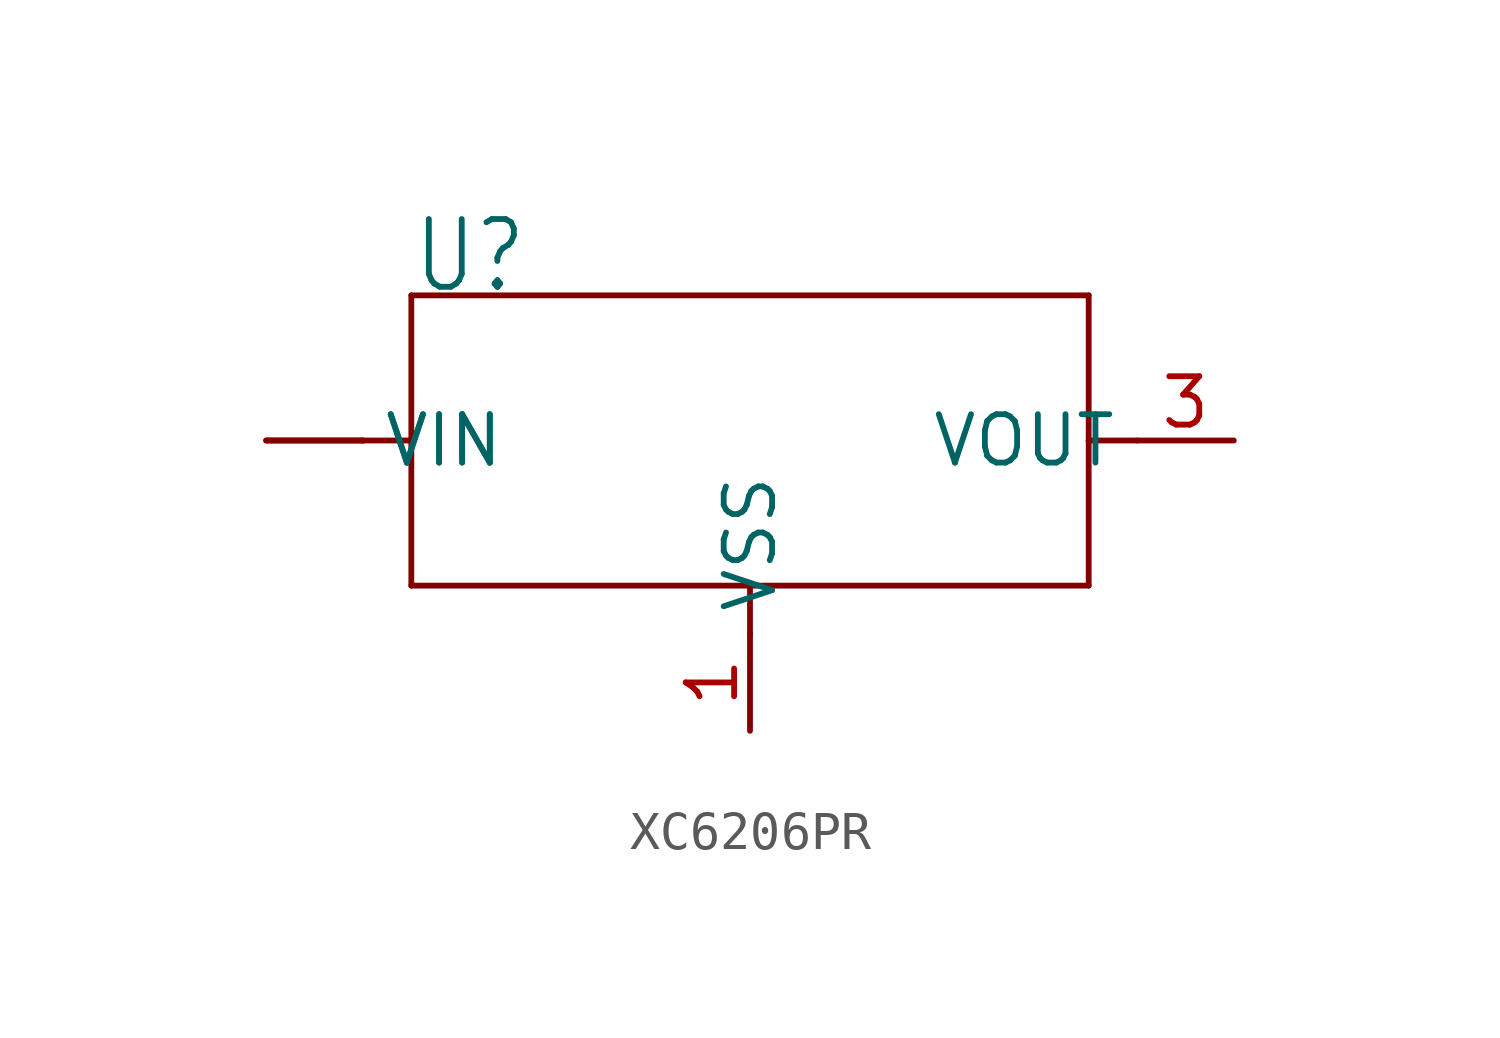
<source format=kicad_sym>
(kicad_symbol_lib
  (version 20220914)
  (generator kicad_symbol_editor)
  (symbol "XC6206PR"
    (property "Reference" "U"
      (at -8.89 3.81 0)
      (effects (font (size 1.778 1.511)) (justify left bottom)))
    (property "Value" ""
      (at 0 3.81 0)
      (effects (font (size 1.778 1.511)) (justify left bottom)))
    (property "ki_locked" ""
      (at 0 0 0)
      (effects (font (size 1.27 1.27))))
    (symbol "XC6206PR_1_0"
      (polyline (pts (xy -10.16 0) (xy -8.89 0)) (stroke (width 0.152) (type solid)) (fill (type none)))
      (polyline (pts (xy -8.89 -3.81) (xy -8.89 0)) (stroke (width 0.152) (type solid)) (fill (type none)))
      (polyline (pts (xy -8.89 0) (xy -8.89 3.81)) (stroke (width 0.152) (type solid)) (fill (type none)))
      (polyline (pts (xy -8.89 3.81) (xy 8.89 3.81)) (stroke (width 0.152) (type solid)) (fill (type none)))
      (polyline (pts (xy 0 -5.08) (xy 0 -3.81)) (stroke (width 0.152) (type solid)) (fill (type none)))
      (polyline (pts (xy 0 -3.81) (xy -8.89 -3.81)) (stroke (width 0.152) (type solid)) (fill (type none)))
      (polyline (pts (xy 8.89 -3.81) (xy 0 -3.81)) (stroke (width 0.152) (type solid)) (fill (type none)))
      (polyline (pts (xy 8.89 0) (xy 8.89 -3.81)) (stroke (width 0.152) (type solid)) (fill (type none)))
      (polyline (pts (xy 8.89 3.81) (xy 8.89 0)) (stroke (width 0.152) (type solid)) (fill (type none)))
      (polyline (pts (xy 10.16 0) (xy 8.89 0)) (stroke (width 0.152) (type solid)) (fill (type none)))
      (pin power_in line (at 0 -7.62 90) (length 2.54) (name "VSS" (effects (font (size 1.27 1.27)))) (number "1" (effects (font (size 1.27 1.27)))))
      (pin input line (at -12.7 0 0) (length 2.54) (name "VIN" (effects (font (size 1.27 1.27)))) (number "2" (effects (font (size 0 0)))))
      (pin output line (at 12.7 0 180) (length 2.54) (name "VOUT" (effects (font (size 1.27 1.27)))) (number "3" (effects (font (size 1.27 1.27)))))
      (pin input line (at -12.7 0 0) (length 2.54) (name "VIN" (effects (font (size 1.27 1.27)))) (number "4" (effects (font (size 0 0))))))))
</source>
